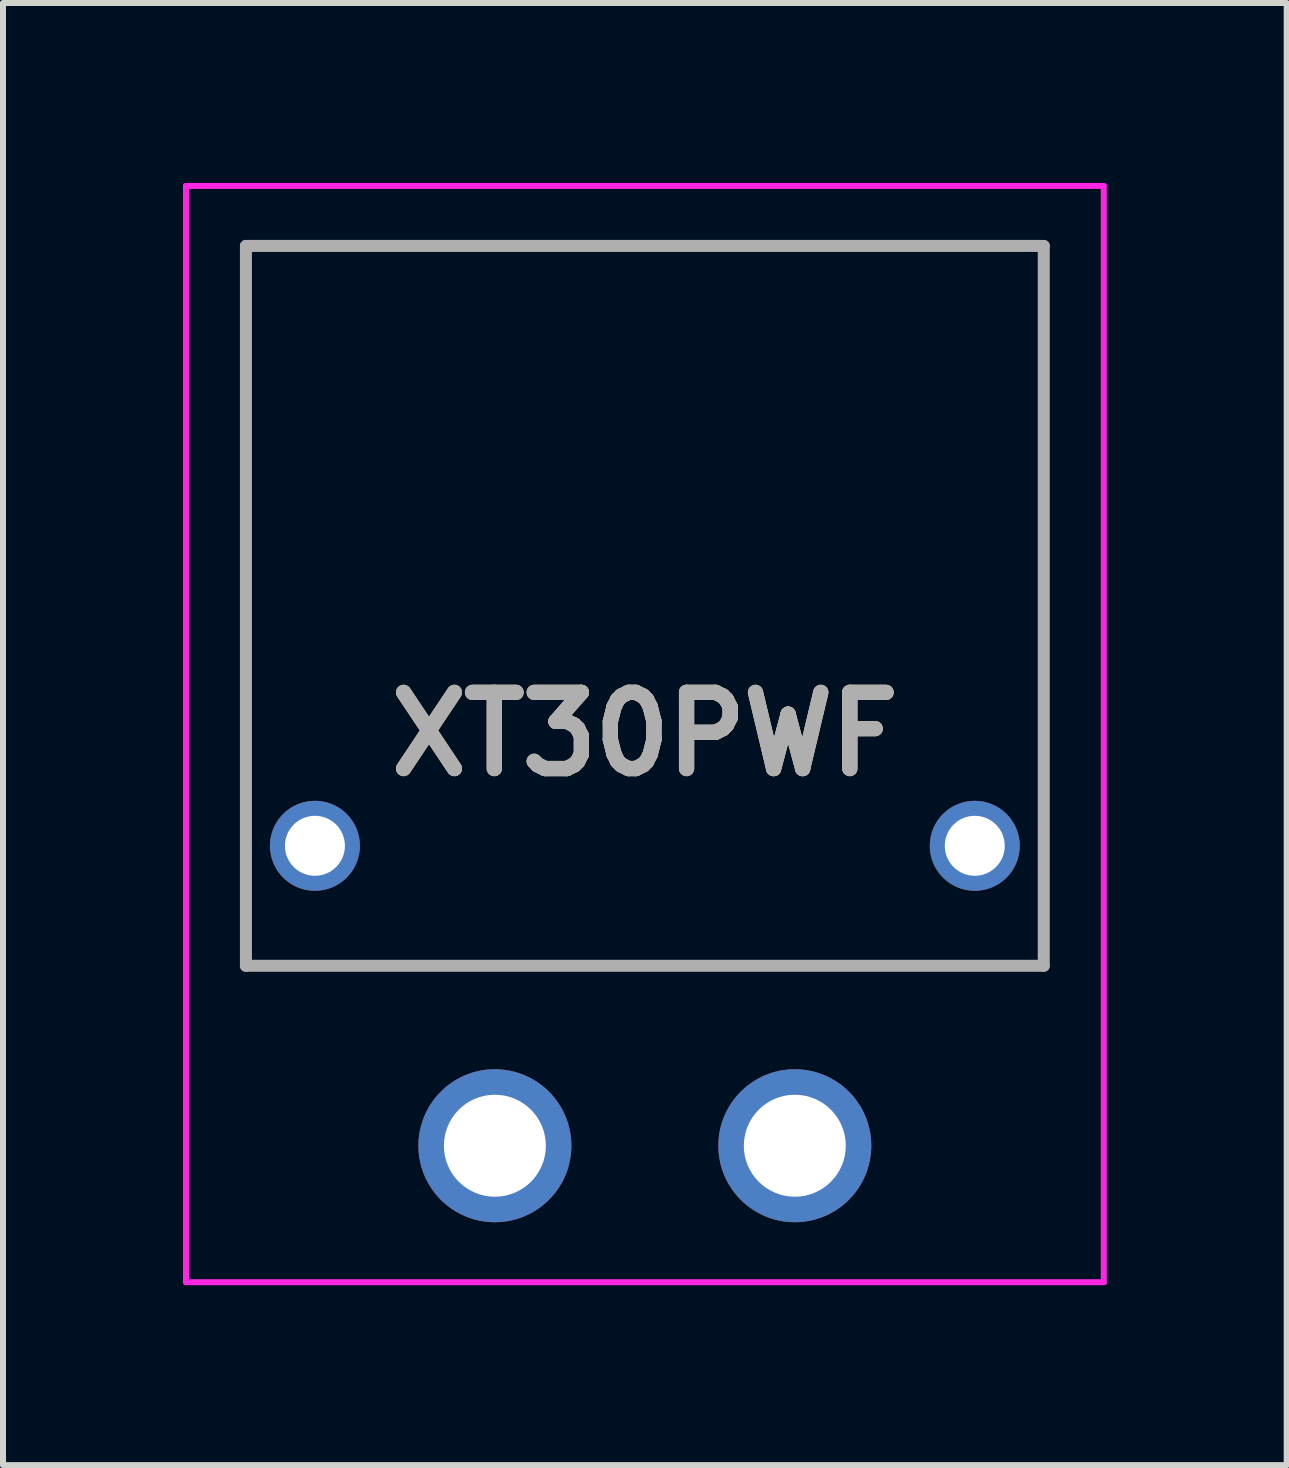
<source format=kicad_pcb>
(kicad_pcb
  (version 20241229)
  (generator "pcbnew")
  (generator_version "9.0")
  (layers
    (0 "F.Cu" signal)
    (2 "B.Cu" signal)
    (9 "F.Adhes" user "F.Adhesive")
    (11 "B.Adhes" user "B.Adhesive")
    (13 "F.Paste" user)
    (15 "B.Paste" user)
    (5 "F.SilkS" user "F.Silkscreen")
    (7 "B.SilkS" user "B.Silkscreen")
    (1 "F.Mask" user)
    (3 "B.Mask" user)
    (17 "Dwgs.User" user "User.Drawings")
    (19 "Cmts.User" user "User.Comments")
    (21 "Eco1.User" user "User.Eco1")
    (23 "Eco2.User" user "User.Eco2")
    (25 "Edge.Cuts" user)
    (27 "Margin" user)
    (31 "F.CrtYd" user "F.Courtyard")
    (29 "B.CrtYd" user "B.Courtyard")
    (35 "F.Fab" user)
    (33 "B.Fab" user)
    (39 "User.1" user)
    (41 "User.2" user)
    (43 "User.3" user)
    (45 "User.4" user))
  (footprint "XT30PWF"
    (layer "F.Cu")
    (at 5.2 16.05)
    (property "Reference" "XT30PWF" (at 2.5 -6.862 0) (layer "F.SilkS") (effects (font (size 1.27 1.27) (thickness 0.254))))
    (attr through_hole)
    (fp_line (start -4.15 -15) (end 9.15 -15) (stroke (width 0.1) (type solid)) (layer "F.SilkS"))
    (fp_line (start -4.15 -3) (end -4.15 -15) (stroke (width 0.1) (type solid)) (layer "F.SilkS"))
    (fp_line (start 9.15 -15) (end 9.15 -3) (stroke (width 0.1) (type solid)) (layer "F.SilkS"))
    (fp_line (start 9.15 -3) (end -4.15 -3) (stroke (width 0.1) (type solid)) (layer "F.SilkS"))
    (fp_line (start -5.15 -16) (end 10.15 -16) (stroke (width 0.1) (type solid)) (layer "F.CrtYd"))
    (fp_line (start -5.15 2.275) (end -5.15 -16) (stroke (width 0.1) (type solid)) (layer "F.CrtYd"))
    (fp_line (start 10.15 -16) (end 10.15 2.275) (stroke (width 0.1) (type solid)) (layer "F.CrtYd"))
    (fp_line (start 10.15 2.275) (end -5.15 2.275) (stroke (width 0.1) (type solid)) (layer "F.CrtYd"))
    (fp_line (start -4.15 -15) (end 9.15 -15) (stroke (width 0.2) (type solid)) (layer "F.Fab"))
    (fp_line (start -4.15 -3) (end -4.15 -15) (stroke (width 0.2) (type solid)) (layer "F.Fab"))
    (fp_line (start 9.15 -15) (end 9.15 -3) (stroke (width 0.2) (type solid)) (layer "F.Fab"))
    (fp_line (start 9.15 -3) (end -4.15 -3) (stroke (width 0.2) (type solid)) (layer "F.Fab"))
    (fp_text user "${REFERENCE}" (at 2.5 -6.862 0) (layer "F.Fab") (effects (font (size 1.27 1.27) (thickness 0.254))))
    (pad "1" thru_hole circle (at 0 0) (size 2.55 2.55) (drill 1.7) (layers "*.Cu" "*.Mask"))
    (pad "2" thru_hole circle (at 5 0) (size 2.55 2.55) (drill 1.7) (layers "*.Cu" "*.Mask"))
    (pad "3" thru_hole circle (at -3 -5) (size 1.5 1.5) (drill 1) (layers "*.Cu" "*.Mask"))
    (pad "4" thru_hole circle (at 8 -5) (size 1.5 1.5) (drill 1) (layers "*.Cu" "*.Mask")))
  (gr_rect
    (start -3 -3)
    (end 18.4 21.375)
    (stroke (width 0.1) (type default))
    (fill no)
    (layer "Edge.Cuts")))
</source>
